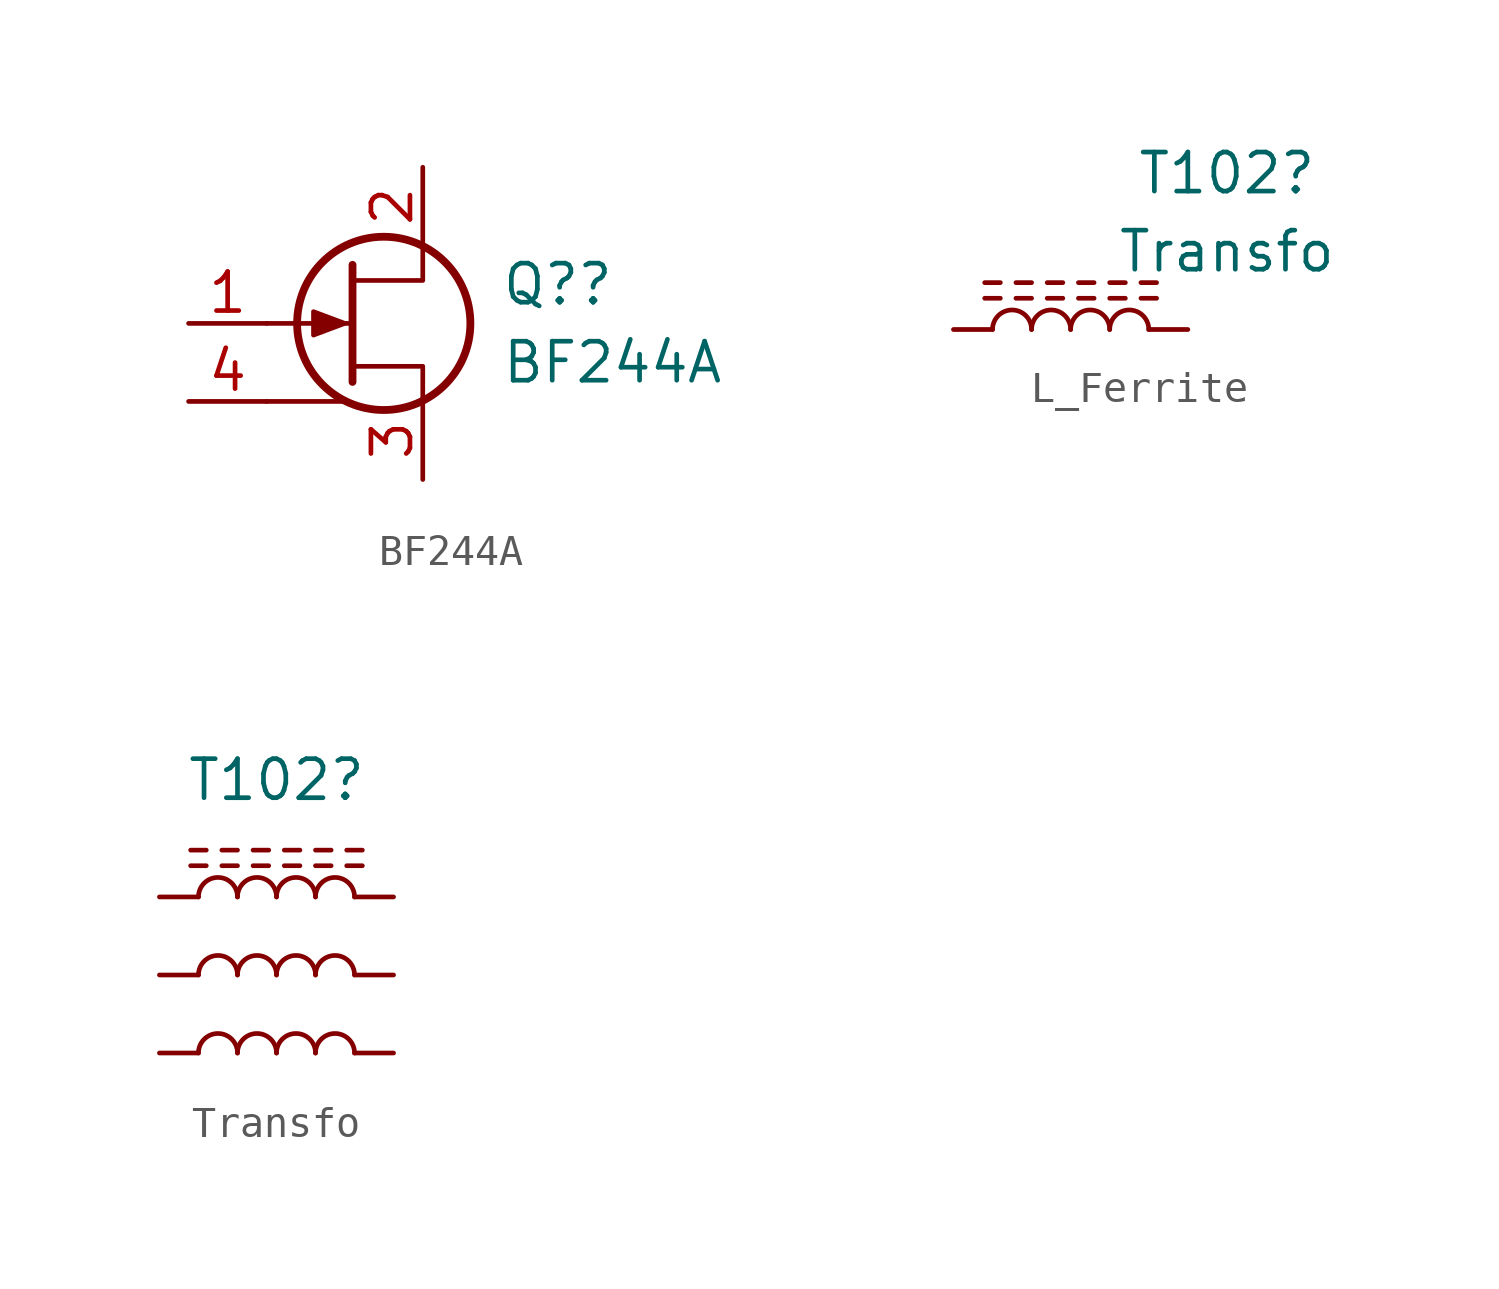
<source format=kicad_sym>
(kicad_symbol_lib
  (version 20211014)
  (generator kicad_symbol_editor)
  (symbol "BF244A"
    (pin_names hide)
    (property "Reference" "Q?"
      (at 5.08 1.27 0)
      (effects (font (size 1.27 1.27)) (justify left)))
    (property "Value" "BF244A"
      (at 5.08 -1.27 0)
      (effects (font (size 1.27 1.27)) (justify left)))
    (symbol "BF244A_0_1"
      (polyline (pts (xy -2.54 -2.54) (xy 0 -2.54)) (stroke (width 0) (type default) (color 0 0 0 0)) (fill (type none)))
      (polyline (pts (xy 0.254 0) (xy -2.54 0)) (stroke (width 0) (type default) (color 0 0 0 0)) (fill (type none)))
      (polyline (pts (xy 0.254 1.905) (xy 0.254 -1.905)) (stroke (width 0.254) (type default) (color 0 0 0 0)) (fill (type none)))
      (polyline (pts (xy 2.54 -2.54) (xy 2.54 -1.397) (xy 0.254 -1.397)) (stroke (width 0) (type default) (color 0 0 0 0)) (fill (type none)))
      (polyline (pts (xy 2.54 2.54) (xy 2.54 1.397) (xy 0.254 1.397)) (stroke (width 0) (type default) (color 0 0 0 0)) (fill (type none)))
      (polyline (pts (xy 0 0) (xy -1.016 0.381) (xy -1.016 -0.381) (xy 0 0)) (stroke (width 0) (type default) (color 0 0 0 0)) (fill (type outline)))
      (circle (center 1.27 0) (radius 2.819) (stroke (width 0.254) (type default) (color 0 0 0 0)) (fill (type none))))
    (symbol "BF244A_1_1"
      (pin input line (at -5.08 0 0) (length 2.54) (name "G" (effects (font (size 1.27 1.27)))) (number "1" (effects (font (size 1.27 1.27)))))
      (pin passive line (at 2.54 5.08 270) (length 2.54) (name "D" (effects (font (size 1.27 1.27)))) (number "2" (effects (font (size 1.27 1.27)))))
      (pin passive line (at 2.54 -5.08 90) (length 2.54) (name "S" (effects (font (size 1.27 1.27)))) (number "3" (effects (font (size 1.27 1.27)))))
      (pin passive line (at -5.08 -2.54 0) (length 2.54) (name "" (effects (font (size 1.27 1.27)))) (number "4" (effects (font (size 1.27 1.27)))))))
  (symbol "L_Ferrite"
    (pin_numbers hide)
    (pin_names
      (offset 1.016) hide)
    (property "Reference" "T102"
      (at 7.62 7.62 0)
      (effects (font (size 1.27 1.27))))
    (property "Value" "Transfo"
      (at 7.62 5.08 0)
      (effects (font (size 1.27 1.27))))
    (symbol "L_Ferrite_0_1"
      (polyline (pts (xy -0.254 4.064) (xy 0.254 4.064)) (stroke (width 0) (type default) (color 0 0 0 0)) (fill (type none)))
      (polyline (pts (xy 0.254 3.556) (xy -0.254 3.556)) (stroke (width 0) (type default) (color 0 0 0 0)) (fill (type none)))
      (polyline (pts (xy 0.762 4.064) (xy 1.27 4.064)) (stroke (width 0) (type default) (color 0 0 0 0)) (fill (type none)))
      (polyline (pts (xy 1.27 3.556) (xy 0.762 3.556)) (stroke (width 0) (type default) (color 0 0 0 0)) (fill (type none)))
      (polyline (pts (xy 1.778 4.064) (xy 2.286 4.064)) (stroke (width 0) (type default) (color 0 0 0 0)) (fill (type none)))
      (polyline (pts (xy 2.286 3.556) (xy 1.778 3.556)) (stroke (width 0) (type default) (color 0 0 0 0)) (fill (type none)))
      (polyline (pts (xy 2.794 4.064) (xy 3.302 4.064)) (stroke (width 0) (type default) (color 0 0 0 0)) (fill (type none)))
      (polyline (pts (xy 3.302 3.556) (xy 2.794 3.556)) (stroke (width 0) (type default) (color 0 0 0 0)) (fill (type none)))
      (polyline (pts (xy 3.81 4.064) (xy 4.318 4.064)) (stroke (width 0) (type default) (color 0 0 0 0)) (fill (type none)))
      (polyline (pts (xy 4.318 3.556) (xy 3.81 3.556)) (stroke (width 0) (type default) (color 0 0 0 0)) (fill (type none)))
      (polyline (pts (xy 4.826 4.064) (xy 5.334 4.064)) (stroke (width 0) (type default) (color 0 0 0 0)) (fill (type none)))
      (polyline (pts (xy 5.334 3.556) (xy 4.826 3.556)) (stroke (width 0) (type default) (color 0 0 0 0)) (fill (type none)))
      (arc (start 1.27 2.54) (mid 0.635 3.175) (end 0 2.54) (stroke (width 0) (type default) (color 0 0 0 0)) (fill (type none)))
      (arc (start 2.54 2.54) (mid 1.905 3.175) (end 1.27 2.54) (stroke (width 0) (type default) (color 0 0 0 0)) (fill (type none)))
      (arc (start 3.81 2.54) (mid 3.175 3.175) (end 2.54 2.54) (stroke (width 0) (type default) (color 0 0 0 0)) (fill (type none)))
      (arc (start 5.08 2.54) (mid 4.445 3.175) (end 3.81 2.54) (stroke (width 0) (type default) (color 0 0 0 0)) (fill (type none))))
    (symbol "L_Ferrite_1_1"
      (pin passive line (at -1.27 2.54 0) (length 1.27) (name "1" (effects (font (size 1.27 1.27)))) (number "1" (effects (font (size 1.27 1.27)))))
      (pin passive line (at 6.35 2.54 180) (length 1.27) (name "2" (effects (font (size 1.27 1.27)))) (number "2" (effects (font (size 1.27 1.27)))))))
  (symbol "Transfo"
    (pin_numbers hide)
    (pin_names
      (offset 1.016) hide)
    (property "Reference" "T102"
      (at 0 6.35 0)
      (effects (font (size 1.27 1.27))))
    (symbol "Transfo_0_1"
      (arc (start -1.27 -2.54) (mid -1.905 -1.905) (end -2.54 -2.54) (stroke (width 0) (type default) (color 0 0 0 0)) (fill (type none)))
      (arc (start -1.27 0) (mid -1.905 0.635) (end -2.54 0) (stroke (width 0) (type default) (color 0 0 0 0)) (fill (type none)))
      (arc (start -1.27 2.54) (mid -1.905 3.175) (end -2.54 2.54) (stroke (width 0) (type default) (color 0 0 0 0)) (fill (type none)))
      (arc (start 0 -2.54) (mid -0.635 -1.905) (end -1.27 -2.54) (stroke (width 0) (type default) (color 0 0 0 0)) (fill (type none)))
      (arc (start 0 0) (mid -0.635 0.635) (end -1.27 0) (stroke (width 0) (type default) (color 0 0 0 0)) (fill (type none)))
      (polyline (pts (xy -2.794 4.064) (xy -2.286 4.064)) (stroke (width 0) (type default) (color 0 0 0 0)) (fill (type none)))
      (polyline (pts (xy -2.286 3.556) (xy -2.794 3.556)) (stroke (width 0) (type default) (color 0 0 0 0)) (fill (type none)))
      (polyline (pts (xy -1.778 4.064) (xy -1.27 4.064)) (stroke (width 0) (type default) (color 0 0 0 0)) (fill (type none)))
      (polyline (pts (xy -1.27 3.556) (xy -1.778 3.556)) (stroke (width 0) (type default) (color 0 0 0 0)) (fill (type none)))
      (polyline (pts (xy -0.762 4.064) (xy -0.254 4.064)) (stroke (width 0) (type default) (color 0 0 0 0)) (fill (type none)))
      (polyline (pts (xy -0.254 3.556) (xy -0.762 3.556)) (stroke (width 0) (type default) (color 0 0 0 0)) (fill (type none)))
      (polyline (pts (xy 0.254 4.064) (xy 0.762 4.064)) (stroke (width 0) (type default) (color 0 0 0 0)) (fill (type none)))
      (polyline (pts (xy 0.762 3.556) (xy 0.254 3.556)) (stroke (width 0) (type default) (color 0 0 0 0)) (fill (type none)))
      (polyline (pts (xy 1.27 4.064) (xy 1.778 4.064)) (stroke (width 0) (type default) (color 0 0 0 0)) (fill (type none)))
      (polyline (pts (xy 1.778 3.556) (xy 1.27 3.556)) (stroke (width 0) (type default) (color 0 0 0 0)) (fill (type none)))
      (polyline (pts (xy 2.286 4.064) (xy 2.794 4.064)) (stroke (width 0) (type default) (color 0 0 0 0)) (fill (type none)))
      (polyline (pts (xy 2.794 3.556) (xy 2.286 3.556)) (stroke (width 0) (type default) (color 0 0 0 0)) (fill (type none)))
      (arc (start 0 2.54) (mid -0.635 3.175) (end -1.27 2.54) (stroke (width 0) (type default) (color 0 0 0 0)) (fill (type none)))
      (arc (start 1.27 -2.54) (mid 0.635 -1.905) (end 0 -2.54) (stroke (width 0) (type default) (color 0 0 0 0)) (fill (type none)))
      (arc (start 1.27 0) (mid 0.635 0.635) (end 0 0) (stroke (width 0) (type default) (color 0 0 0 0)) (fill (type none)))
      (arc (start 1.27 2.54) (mid 0.635 3.175) (end 0 2.54) (stroke (width 0) (type default) (color 0 0 0 0)) (fill (type none)))
      (arc (start 2.54 -2.54) (mid 1.905 -1.905) (end 1.27 -2.54) (stroke (width 0) (type default) (color 0 0 0 0)) (fill (type none)))
      (arc (start 2.54 0) (mid 1.905 0.635) (end 1.27 0) (stroke (width 0) (type default) (color 0 0 0 0)) (fill (type none)))
      (arc (start 2.54 2.54) (mid 1.905 3.175) (end 1.27 2.54) (stroke (width 0) (type default) (color 0 0 0 0)) (fill (type none))))
    (symbol "Transfo_1_1"
      (pin passive line (at -3.81 -2.54 0) (length 1.27) (name "1" (effects (font (size 1.27 1.27)))) (number "1" (effects (font (size 1.27 1.27)))))
      (pin passive line (at -3.81 0 0) (length 1.27) (name "1" (effects (font (size 1.27 1.27)))) (number "1" (effects (font (size 1.27 1.27)))))
      (pin passive line (at -3.81 2.54 0) (length 1.27) (name "1" (effects (font (size 1.27 1.27)))) (number "1" (effects (font (size 1.27 1.27)))))
      (pin passive line (at 3.81 -2.54 180) (length 1.27) (name "2" (effects (font (size 1.27 1.27)))) (number "2" (effects (font (size 1.27 1.27)))))
      (pin passive line (at 3.81 0 180) (length 1.27) (name "2" (effects (font (size 1.27 1.27)))) (number "2" (effects (font (size 1.27 1.27)))))
      (pin passive line (at 3.81 2.54 180) (length 1.27) (name "2" (effects (font (size 1.27 1.27)))) (number "2" (effects (font (size 1.27 1.27))))))))
</source>
